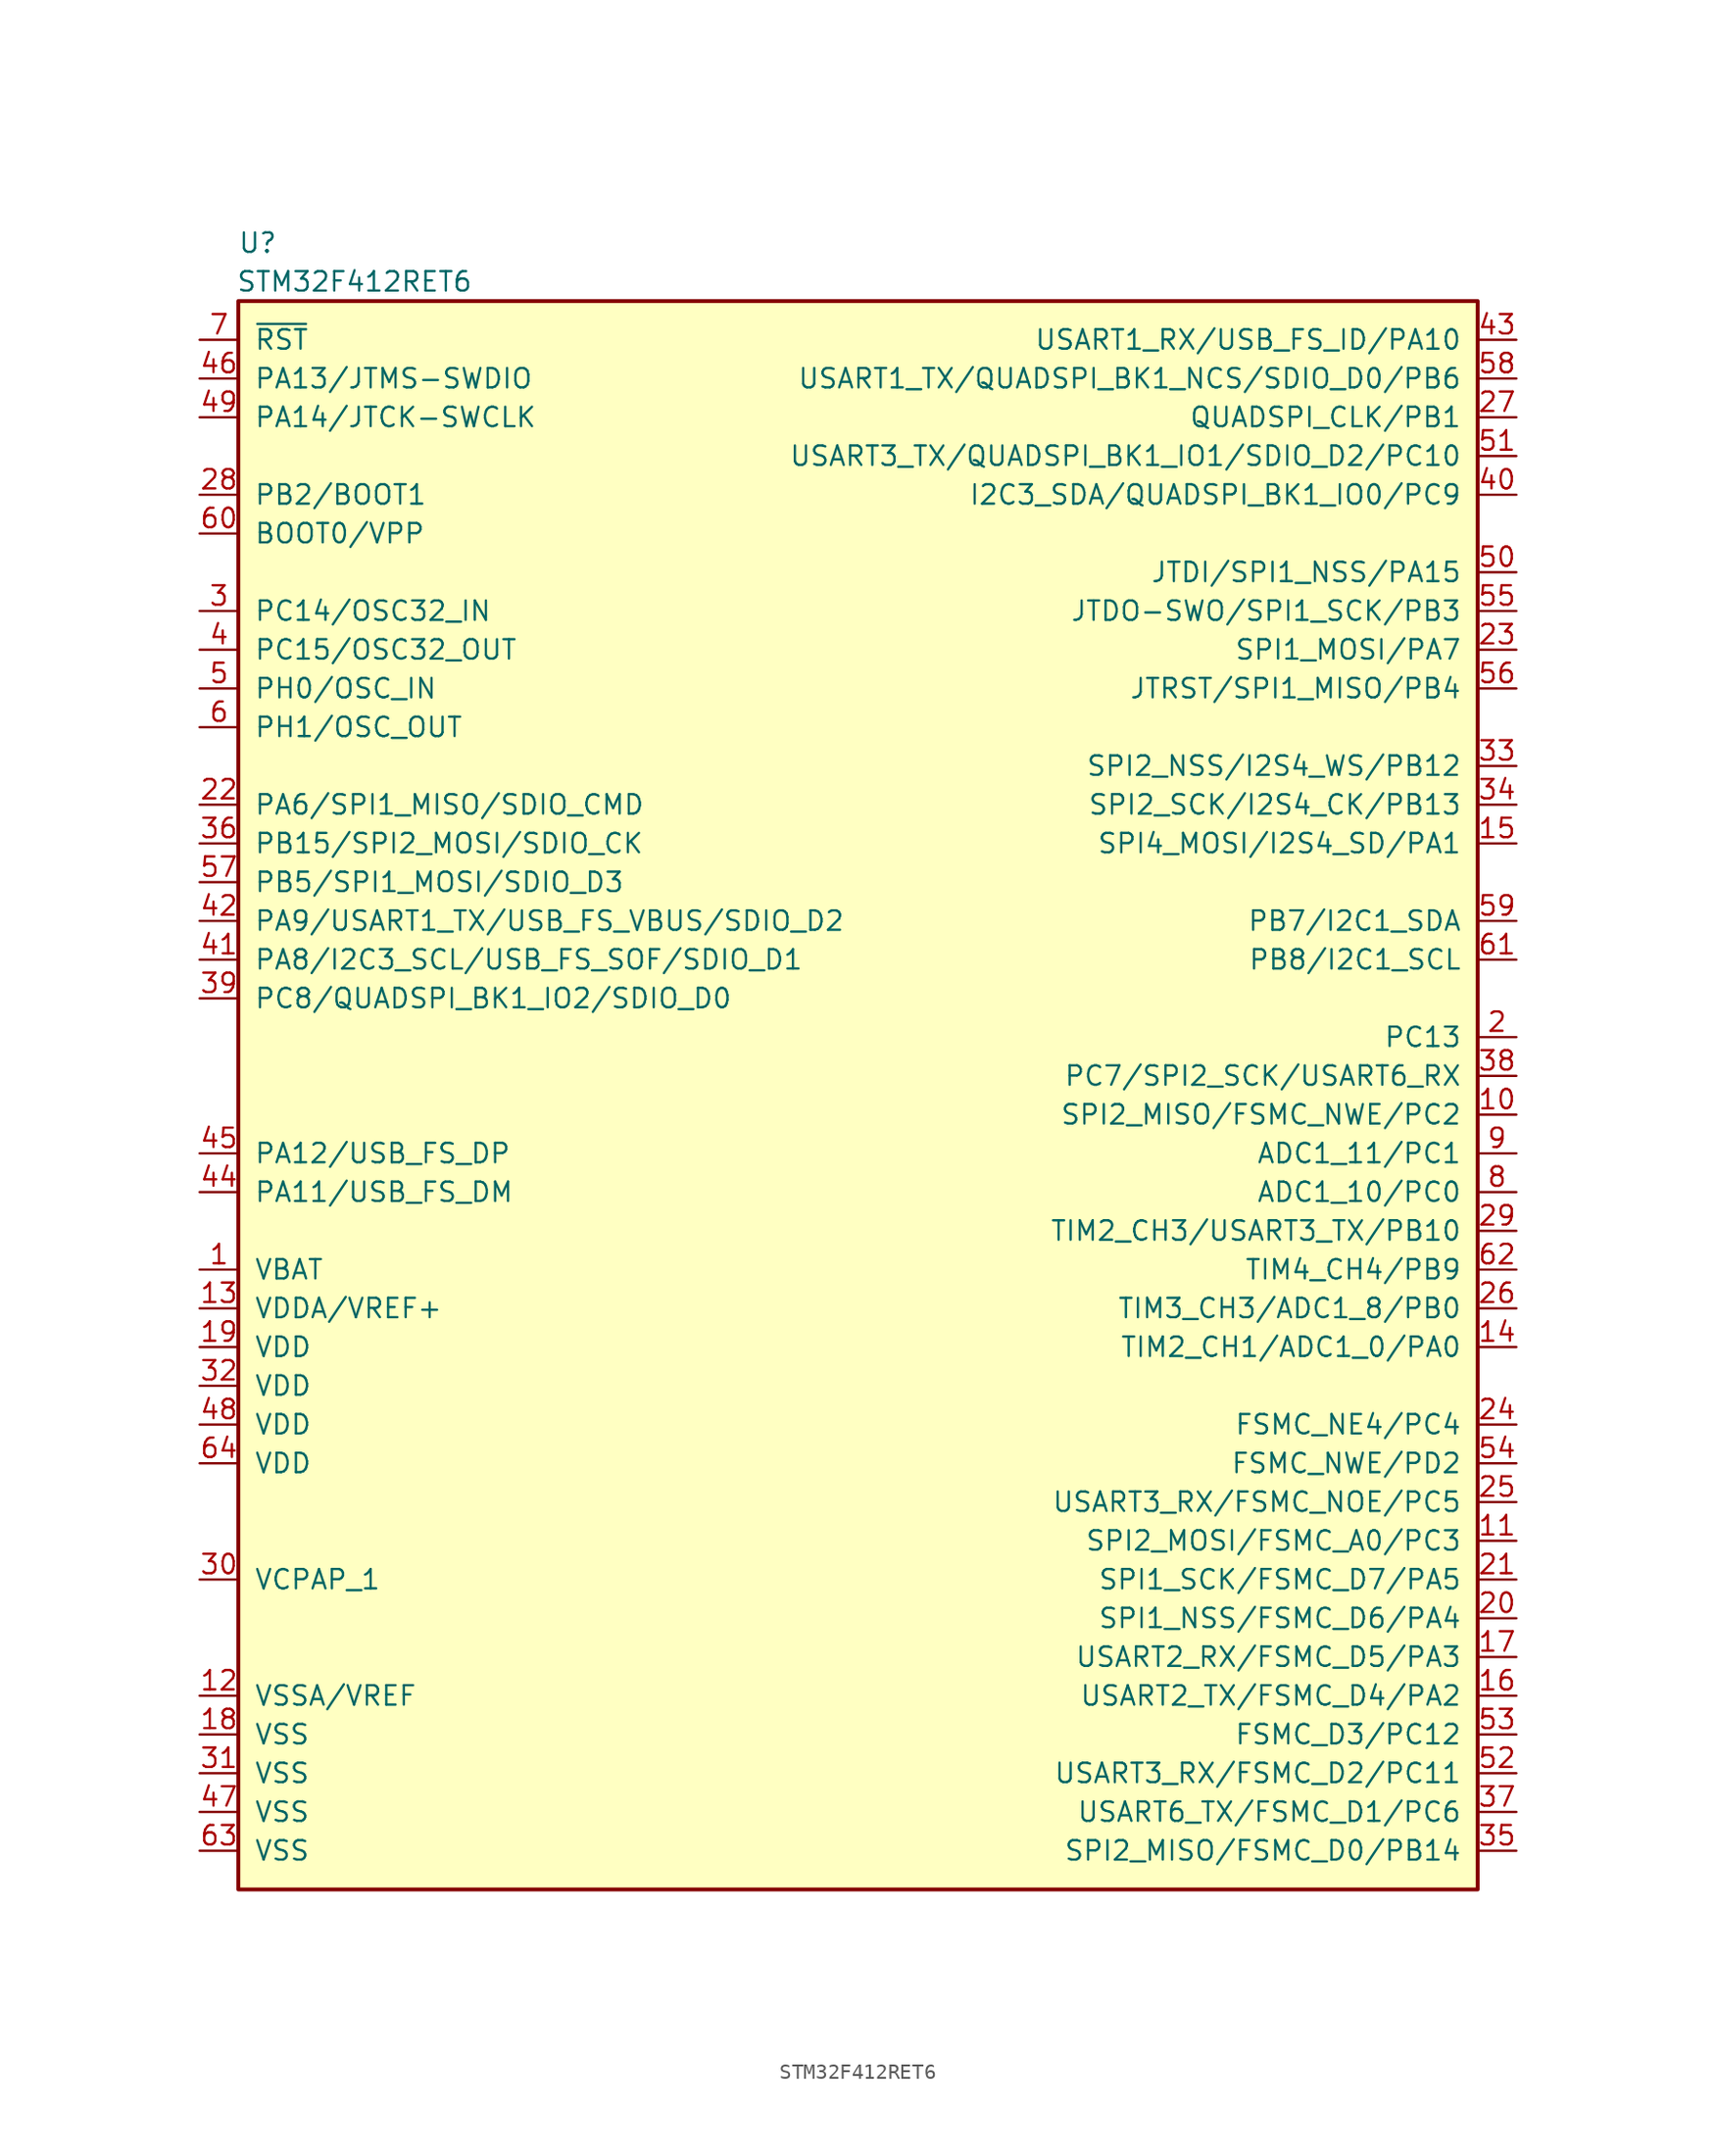
<source format=kicad_sym>
(kicad_symbol_lib
  (version 20211014)
  (generator kicad_symbol_editor)
  (symbol "STM32F412RET6"
    (pin_names
      (offset 1.016))
    (property "Reference" "U"
      (at 1.27 3.81 0)
      (effects (font (size 1.27 1.27))))
    (property "Value" "STM32F412RET6"
      (at 7.62 1.27 0)
      (effects (font (size 1.27 1.27))))
    (symbol "STM32F412RET6_0_1"
      (rectangle (start 0 0) (end 81.28 -104.14) (stroke (width 0.254) (type default) (color 0 0 0 0)) (fill (type background))))
    (symbol "STM32F412RET6_1_1"
      (pin power_in line (at -2.54 -63.5 0) (length 2.54) (name "VBAT" (effects (font (size 1.27 1.27)))) (number "1" (effects (font (size 1.27 1.27)))))
      (pin bidirectional line (at 83.82 -53.34 180) (length 2.54) (name "SPI2_MISO/FSMC_NWE/PC2" (effects (font (size 1.27 1.27)))) (number "10" (effects (font (size 1.27 1.27)))))
      (pin bidirectional line (at 83.82 -81.28 180) (length 2.54) (name "SPI2_MOSI/FSMC_A0/PC3" (effects (font (size 1.27 1.27)))) (number "11" (effects (font (size 1.27 1.27)))))
      (pin power_in line (at -2.54 -91.44 0) (length 2.54) (name "VSSA/VREF" (effects (font (size 1.27 1.27)))) (number "12" (effects (font (size 1.27 1.27)))))
      (pin power_in line (at -2.54 -66.04 0) (length 2.54) (name "VDDA/VREF+" (effects (font (size 1.27 1.27)))) (number "13" (effects (font (size 1.27 1.27)))))
      (pin bidirectional line (at 83.82 -68.58 180) (length 2.54) (name "TIM2_CH1/ADC1_0/PA0" (effects (font (size 1.27 1.27)))) (number "14" (effects (font (size 1.27 1.27)))))
      (pin bidirectional line (at 83.82 -35.56 180) (length 2.54) (name "SPI4_MOSI/I2S4_SD/PA1" (effects (font (size 1.27 1.27)))) (number "15" (effects (font (size 1.27 1.27)))))
      (pin bidirectional line (at 83.82 -91.44 180) (length 2.54) (name "USART2_TX/FSMC_D4/PA2" (effects (font (size 1.27 1.27)))) (number "16" (effects (font (size 1.27 1.27)))))
      (pin bidirectional line (at 83.82 -88.9 180) (length 2.54) (name "USART2_RX/FSMC_D5/PA3" (effects (font (size 1.27 1.27)))) (number "17" (effects (font (size 1.27 1.27)))))
      (pin power_in line (at -2.54 -93.98 0) (length 2.54) (name "VSS" (effects (font (size 1.27 1.27)))) (number "18" (effects (font (size 1.27 1.27)))))
      (pin power_in line (at -2.54 -68.58 0) (length 2.54) (name "VDD" (effects (font (size 1.27 1.27)))) (number "19" (effects (font (size 1.27 1.27)))))
      (pin bidirectional line (at 83.82 -48.26 180) (length 2.54) (name "PC13" (effects (font (size 1.27 1.27)))) (number "2" (effects (font (size 1.27 1.27)))))
      (pin bidirectional line (at 83.82 -86.36 180) (length 2.54) (name "SPI1_NSS/FSMC_D6/PA4" (effects (font (size 1.27 1.27)))) (number "20" (effects (font (size 1.27 1.27)))))
      (pin bidirectional line (at 83.82 -83.82 180) (length 2.54) (name "SPI1_SCK/FSMC_D7/PA5" (effects (font (size 1.27 1.27)))) (number "21" (effects (font (size 1.27 1.27)))))
      (pin bidirectional line (at -2.54 -33.02 0) (length 2.54) (name "PA6/SPI1_MISO/SDIO_CMD" (effects (font (size 1.27 1.27)))) (number "22" (effects (font (size 1.27 1.27)))))
      (pin bidirectional line (at 83.82 -22.86 180) (length 2.54) (name "SPI1_MOSI/PA7" (effects (font (size 1.27 1.27)))) (number "23" (effects (font (size 1.27 1.27)))))
      (pin bidirectional line (at 83.82 -73.66 180) (length 2.54) (name "FSMC_NE4/PC4" (effects (font (size 1.27 1.27)))) (number "24" (effects (font (size 1.27 1.27)))))
      (pin bidirectional line (at 83.82 -78.74 180) (length 2.54) (name "USART3_RX/FSMC_NOE/PC5" (effects (font (size 1.27 1.27)))) (number "25" (effects (font (size 1.27 1.27)))))
      (pin bidirectional line (at 83.82 -66.04 180) (length 2.54) (name "TIM3_CH3/ADC1_8/PB0" (effects (font (size 1.27 1.27)))) (number "26" (effects (font (size 1.27 1.27)))))
      (pin bidirectional line (at 83.82 -7.62 180) (length 2.54) (name "QUADSPI_CLK/PB1" (effects (font (size 1.27 1.27)))) (number "27" (effects (font (size 1.27 1.27)))))
      (pin bidirectional line (at -2.54 -12.7 0) (length 2.54) (name "PB2/BOOT1" (effects (font (size 1.27 1.27)))) (number "28" (effects (font (size 1.27 1.27)))))
      (pin bidirectional line (at 83.82 -60.96 180) (length 2.54) (name "TIM2_CH3/USART3_TX/PB10" (effects (font (size 1.27 1.27)))) (number "29" (effects (font (size 1.27 1.27)))))
      (pin bidirectional line (at -2.54 -20.32 0) (length 2.54) (name "PC14/OSC32_IN" (effects (font (size 1.27 1.27)))) (number "3" (effects (font (size 1.27 1.27)))))
      (pin power_in line (at -2.54 -83.82 0) (length 2.54) (name "VCPAP_1" (effects (font (size 1.27 1.27)))) (number "30" (effects (font (size 1.27 1.27)))))
      (pin power_in line (at -2.54 -96.52 0) (length 2.54) (name "VSS" (effects (font (size 1.27 1.27)))) (number "31" (effects (font (size 1.27 1.27)))))
      (pin power_in line (at -2.54 -71.12 0) (length 2.54) (name "VDD" (effects (font (size 1.27 1.27)))) (number "32" (effects (font (size 1.27 1.27)))))
      (pin bidirectional line (at 83.82 -30.48 180) (length 2.54) (name "SPI2_NSS/I2S4_WS/PB12" (effects (font (size 1.27 1.27)))) (number "33" (effects (font (size 1.27 1.27)))))
      (pin bidirectional line (at 83.82 -33.02 180) (length 2.54) (name "SPI2_SCK/I2S4_CK/PB13" (effects (font (size 1.27 1.27)))) (number "34" (effects (font (size 1.27 1.27)))))
      (pin bidirectional line (at 83.82 -101.6 180) (length 2.54) (name "SPI2_MISO/FSMC_D0/PB14" (effects (font (size 1.27 1.27)))) (number "35" (effects (font (size 1.27 1.27)))))
      (pin bidirectional line (at -2.54 -35.56 0) (length 2.54) (name "PB15/SPI2_MOSI/SDIO_CK" (effects (font (size 1.27 1.27)))) (number "36" (effects (font (size 1.27 1.27)))))
      (pin bidirectional line (at 83.82 -99.06 180) (length 2.54) (name "USART6_TX/FSMC_D1/PC6" (effects (font (size 1.27 1.27)))) (number "37" (effects (font (size 1.27 1.27)))))
      (pin bidirectional line (at 83.82 -50.8 180) (length 2.54) (name "PC7/SPI2_SCK/USART6_RX" (effects (font (size 1.27 1.27)))) (number "38" (effects (font (size 1.27 1.27)))))
      (pin bidirectional line (at -2.54 -45.72 0) (length 2.54) (name "PC8/QUADSPI_BK1_IO2/SDIO_D0" (effects (font (size 1.27 1.27)))) (number "39" (effects (font (size 1.27 1.27)))))
      (pin bidirectional line (at -2.54 -22.86 0) (length 2.54) (name "PC15/OSC32_OUT" (effects (font (size 1.27 1.27)))) (number "4" (effects (font (size 1.27 1.27)))))
      (pin bidirectional line (at 83.82 -12.7 180) (length 2.54) (name "I2C3_SDA/QUADSPI_BK1_IO0/PC9" (effects (font (size 1.27 1.27)))) (number "40" (effects (font (size 1.27 1.27)))))
      (pin bidirectional line (at -2.54 -43.18 0) (length 2.54) (name "PA8/I2C3_SCL/USB_FS_SOF/SDIO_D1" (effects (font (size 1.27 1.27)))) (number "41" (effects (font (size 1.27 1.27)))))
      (pin bidirectional line (at -2.54 -40.64 0) (length 2.54) (name "PA9/USART1_TX/USB_FS_VBUS/SDIO_D2" (effects (font (size 1.27 1.27)))) (number "42" (effects (font (size 1.27 1.27)))))
      (pin bidirectional line (at 83.82 -2.54 180) (length 2.54) (name "USART1_RX/USB_FS_ID/PA10" (effects (font (size 1.27 1.27)))) (number "43" (effects (font (size 1.27 1.27)))))
      (pin bidirectional line (at -2.54 -58.42 0) (length 2.54) (name "PA11/USB_FS_DM" (effects (font (size 1.27 1.27)))) (number "44" (effects (font (size 1.27 1.27)))))
      (pin bidirectional line (at -2.54 -55.88 0) (length 2.54) (name "PA12/USB_FS_DP" (effects (font (size 1.27 1.27)))) (number "45" (effects (font (size 1.27 1.27)))))
      (pin bidirectional line (at -2.54 -5.08 0) (length 2.54) (name "PA13/JTMS-SWDIO" (effects (font (size 1.27 1.27)))) (number "46" (effects (font (size 1.27 1.27)))))
      (pin power_in line (at -2.54 -99.06 0) (length 2.54) (name "VSS" (effects (font (size 1.27 1.27)))) (number "47" (effects (font (size 1.27 1.27)))))
      (pin power_in line (at -2.54 -73.66 0) (length 2.54) (name "VDD" (effects (font (size 1.27 1.27)))) (number "48" (effects (font (size 1.27 1.27)))))
      (pin bidirectional line (at -2.54 -7.62 0) (length 2.54) (name "PA14/JTCK-SWCLK" (effects (font (size 1.27 1.27)))) (number "49" (effects (font (size 1.27 1.27)))))
      (pin bidirectional line (at -2.54 -25.4 0) (length 2.54) (name "PH0/OSC_IN" (effects (font (size 1.27 1.27)))) (number "5" (effects (font (size 1.27 1.27)))))
      (pin bidirectional line (at 83.82 -17.78 180) (length 2.54) (name "JTDI/SPI1_NSS/PA15" (effects (font (size 1.27 1.27)))) (number "50" (effects (font (size 1.27 1.27)))))
      (pin bidirectional line (at 83.82 -10.16 180) (length 2.54) (name "USART3_TX/QUADSPI_BK1_IO1/SDIO_D2/PC10" (effects (font (size 1.27 1.27)))) (number "51" (effects (font (size 1.27 1.27)))))
      (pin bidirectional line (at 83.82 -96.52 180) (length 2.54) (name "USART3_RX/FSMC_D2/PC11" (effects (font (size 1.27 1.27)))) (number "52" (effects (font (size 1.27 1.27)))))
      (pin bidirectional line (at 83.82 -93.98 180) (length 2.54) (name "FSMC_D3/PC12" (effects (font (size 1.27 1.27)))) (number "53" (effects (font (size 1.27 1.27)))))
      (pin bidirectional line (at 83.82 -76.2 180) (length 2.54) (name "FSMC_NWE/PD2" (effects (font (size 1.27 1.27)))) (number "54" (effects (font (size 1.27 1.27)))))
      (pin bidirectional line (at 83.82 -20.32 180) (length 2.54) (name "JTDO-SWO/SPI1_SCK/PB3" (effects (font (size 1.27 1.27)))) (number "55" (effects (font (size 1.27 1.27)))))
      (pin bidirectional line (at 83.82 -25.4 180) (length 2.54) (name "JTRST/SPI1_MISO/PB4" (effects (font (size 1.27 1.27)))) (number "56" (effects (font (size 1.27 1.27)))))
      (pin bidirectional line (at -2.54 -38.1 0) (length 2.54) (name "PB5/SPI1_MOSI/SDIO_D3" (effects (font (size 1.27 1.27)))) (number "57" (effects (font (size 1.27 1.27)))))
      (pin bidirectional line (at 83.82 -5.08 180) (length 2.54) (name "USART1_TX/QUADSPI_BK1_NCS/SDIO_D0/PB6" (effects (font (size 1.27 1.27)))) (number "58" (effects (font (size 1.27 1.27)))))
      (pin bidirectional line (at 83.82 -40.64 180) (length 2.54) (name "PB7/I2C1_SDA" (effects (font (size 1.27 1.27)))) (number "59" (effects (font (size 1.27 1.27)))))
      (pin bidirectional line (at -2.54 -27.94 0) (length 2.54) (name "PH1/OSC_OUT" (effects (font (size 1.27 1.27)))) (number "6" (effects (font (size 1.27 1.27)))))
      (pin input line (at -2.54 -15.24 0) (length 2.54) (name "BOOT0/VPP" (effects (font (size 1.27 1.27)))) (number "60" (effects (font (size 1.27 1.27)))))
      (pin bidirectional line (at 83.82 -43.18 180) (length 2.54) (name "PB8/I2C1_SCL" (effects (font (size 1.27 1.27)))) (number "61" (effects (font (size 1.27 1.27)))))
      (pin bidirectional line (at 83.82 -63.5 180) (length 2.54) (name "TIM4_CH4/PB9" (effects (font (size 1.27 1.27)))) (number "62" (effects (font (size 1.27 1.27)))))
      (pin power_in line (at -2.54 -101.6 0) (length 2.54) (name "VSS" (effects (font (size 1.27 1.27)))) (number "63" (effects (font (size 1.27 1.27)))))
      (pin power_in line (at -2.54 -76.2 0) (length 2.54) (name "VDD" (effects (font (size 1.27 1.27)))) (number "64" (effects (font (size 1.27 1.27)))))
      (pin input line (at -2.54 -2.54 0) (length 2.54) (name "~{RST}" (effects (font (size 1.27 1.27)))) (number "7" (effects (font (size 1.27 1.27)))))
      (pin bidirectional line (at 83.82 -58.42 180) (length 2.54) (name "ADC1_10/PC0" (effects (font (size 1.27 1.27)))) (number "8" (effects (font (size 1.27 1.27)))))
      (pin bidirectional line (at 83.82 -55.88 180) (length 2.54) (name "ADC1_11/PC1" (effects (font (size 1.27 1.27)))) (number "9" (effects (font (size 1.27 1.27))))))))
</source>
